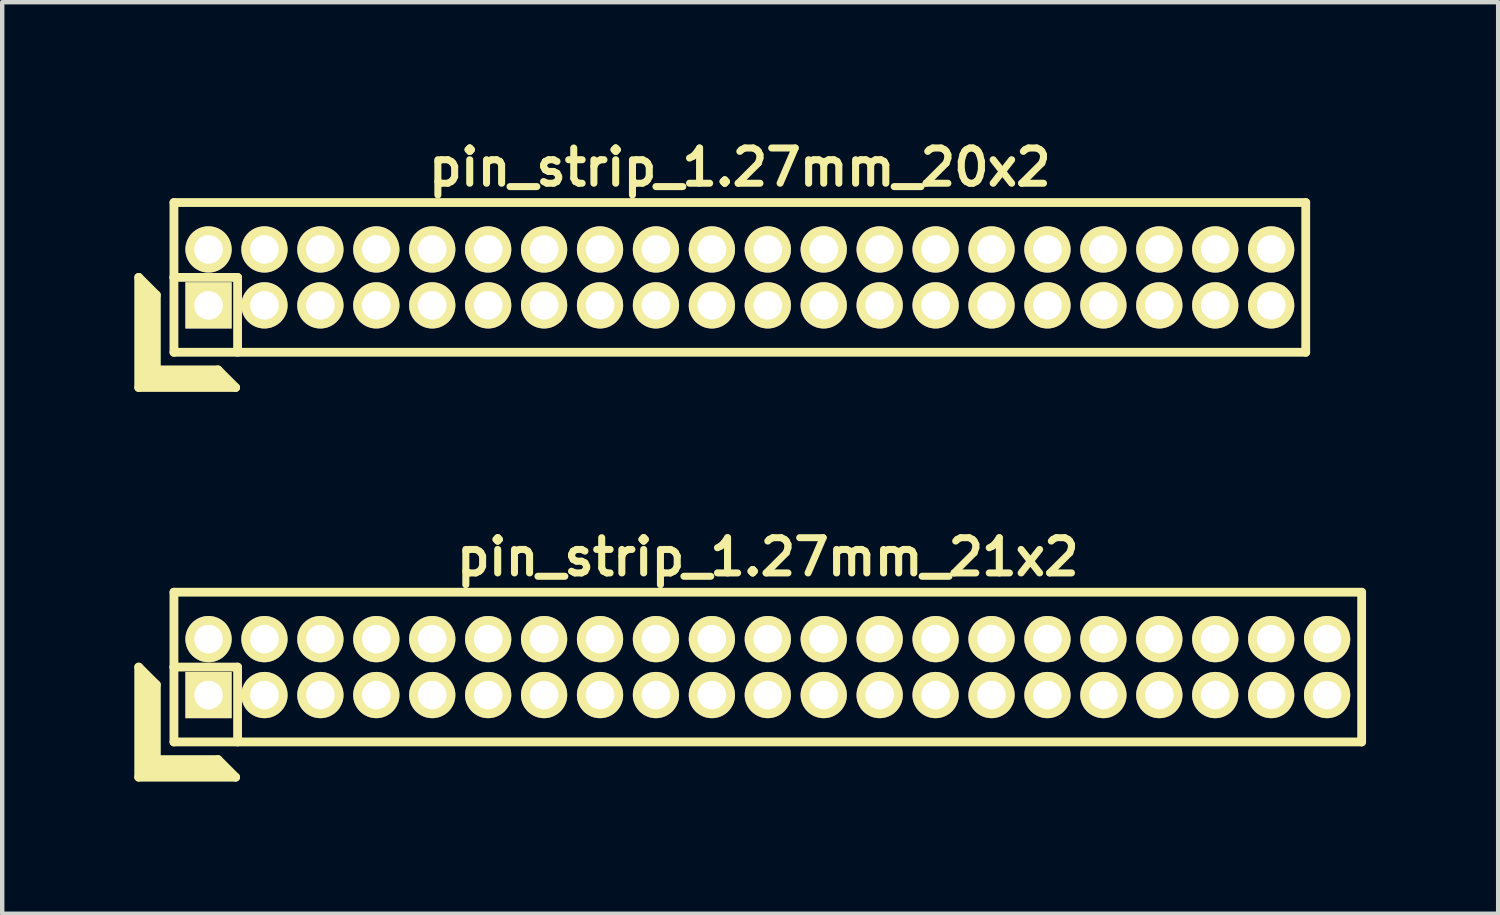
<source format=kicad_pcb>
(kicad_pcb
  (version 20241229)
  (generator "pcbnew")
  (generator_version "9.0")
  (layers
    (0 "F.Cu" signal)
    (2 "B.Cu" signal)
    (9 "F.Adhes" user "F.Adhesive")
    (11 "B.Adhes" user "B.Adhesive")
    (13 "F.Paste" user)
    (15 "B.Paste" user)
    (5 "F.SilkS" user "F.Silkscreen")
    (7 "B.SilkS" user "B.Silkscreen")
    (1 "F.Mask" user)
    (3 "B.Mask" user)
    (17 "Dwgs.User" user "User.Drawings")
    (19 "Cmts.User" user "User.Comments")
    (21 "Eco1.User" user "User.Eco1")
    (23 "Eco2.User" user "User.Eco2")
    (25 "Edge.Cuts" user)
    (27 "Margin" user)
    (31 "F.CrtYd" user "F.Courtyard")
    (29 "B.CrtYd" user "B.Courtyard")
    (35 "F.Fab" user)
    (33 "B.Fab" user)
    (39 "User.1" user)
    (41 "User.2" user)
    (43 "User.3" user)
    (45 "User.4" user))
  (footprint "pin_strip_1.27mm_21x2"
    (layer "F.Cu")
    (at 14.385 12.098)
    (property "Reference" "pin_strip_1.27mm_21x2" (at 0 -2.5 0) (layer "F.SilkS") (effects (font (size 0.8 0.8) (thickness 0.16))))
    (attr through_hole)
    (fp_line (start -14.285 0) (end -14.285 2.5) (stroke (width 0.2) (type solid)) (layer "F.SilkS"))
    (fp_line (start -14.285 0) (end -13.885 0.4) (stroke (width 0.2) (type solid)) (layer "F.SilkS"))
    (fp_line (start -14.285 2.5) (end -12.085 2.5) (stroke (width 0.2) (type solid)) (layer "F.SilkS"))
    (fp_line (start -14.185 2.4) (end -14.185 0.2) (stroke (width 0.2) (type solid)) (layer "F.SilkS"))
    (fp_line (start -14.185 2.4) (end -12.285 2.4) (stroke (width 0.2) (type solid)) (layer "F.SilkS"))
    (fp_line (start -14.085 2.3) (end -14.085 0.3) (stroke (width 0.2) (type solid)) (layer "F.SilkS"))
    (fp_line (start -14.085 2.3) (end -12.385 2.3) (stroke (width 0.2) (type solid)) (layer "F.SilkS"))
    (fp_line (start -13.985 2.2) (end -13.985 0.4) (stroke (width 0.2) (type solid)) (layer "F.SilkS"))
    (fp_line (start -13.985 2.2) (end -12.485 2.2) (stroke (width 0.2) (type solid)) (layer "F.SilkS"))
    (fp_line (start -13.885 2.1) (end -13.885 0.4) (stroke (width 0.2) (type solid)) (layer "F.SilkS"))
    (fp_line (start -13.885 2.1) (end -12.485 2.1) (stroke (width 0.2) (type solid)) (layer "F.SilkS"))
    (fp_line (start -13.49 0) (end -12.04 0) (stroke (width 0.2) (type solid)) (layer "F.SilkS"))
    (fp_line (start -13.485 -1.7) (end 13.485 -1.7) (stroke (width 0.2) (type solid)) (layer "F.SilkS"))
    (fp_line (start -13.485 1.7) (end -13.485 -1.7) (stroke (width 0.2) (type solid)) (layer "F.SilkS"))
    (fp_line (start -12.485 2.1) (end -12.085 2.5) (stroke (width 0.2) (type solid)) (layer "F.SilkS"))
    (fp_line (start -12.04 0) (end -12.04 1.7) (stroke (width 0.2) (type solid)) (layer "F.SilkS"))
    (fp_line (start 13.485 -1.7) (end 13.485 1.7) (stroke (width 0.2) (type solid)) (layer "F.SilkS"))
    (fp_line (start 13.485 1.7) (end -13.485 1.7) (stroke (width 0.2) (type solid)) (layer "F.SilkS"))
    (pad "1" thru_hole rect (at -12.7 0.635) (size 1.05 1.05) (drill 0.65) (layers "*.Cu" "*.Mask" "F.SilkS"))
    (pad "2" thru_hole oval (at -12.7 -0.635) (size 1.05 1.05) (drill 0.65) (layers "*.Cu" "*.Mask" "F.SilkS"))
    (pad "3" thru_hole oval (at -11.43 0.635) (size 1.05 1.05) (drill 0.65) (layers "*.Cu" "*.Mask" "F.SilkS"))
    (pad "4" thru_hole oval (at -11.43 -0.635) (size 1.05 1.05) (drill 0.65) (layers "*.Cu" "*.Mask" "F.SilkS"))
    (pad "5" thru_hole oval (at -10.16 0.635) (size 1.05 1.05) (drill 0.65) (layers "*.Cu" "*.Mask" "F.SilkS"))
    (pad "6" thru_hole oval (at -10.16 -0.635) (size 1.05 1.05) (drill 0.65) (layers "*.Cu" "*.Mask" "F.SilkS"))
    (pad "7" thru_hole oval (at -8.89 0.635) (size 1.05 1.05) (drill 0.65) (layers "*.Cu" "*.Mask" "F.SilkS"))
    (pad "8" thru_hole oval (at -8.89 -0.635) (size 1.05 1.05) (drill 0.65) (layers "*.Cu" "*.Mask" "F.SilkS"))
    (pad "9" thru_hole oval (at -7.62 0.635) (size 1.05 1.05) (drill 0.65) (layers "*.Cu" "*.Mask" "F.SilkS"))
    (pad "10" thru_hole oval (at -7.62 -0.635) (size 1.05 1.05) (drill 0.65) (layers "*.Cu" "*.Mask" "F.SilkS"))
    (pad "11" thru_hole oval (at -6.35 0.635) (size 1.05 1.05) (drill 0.65) (layers "*.Cu" "*.Mask" "F.SilkS"))
    (pad "12" thru_hole oval (at -6.35 -0.635) (size 1.05 1.05) (drill 0.65) (layers "*.Cu" "*.Mask" "F.SilkS"))
    (pad "13" thru_hole oval (at -5.08 0.635) (size 1.05 1.05) (drill 0.65) (layers "*.Cu" "*.Mask" "F.SilkS"))
    (pad "14" thru_hole oval (at -5.08 -0.635) (size 1.05 1.05) (drill 0.65) (layers "*.Cu" "*.Mask" "F.SilkS"))
    (pad "15" thru_hole oval (at -3.81 0.635) (size 1.05 1.05) (drill 0.65) (layers "*.Cu" "*.Mask" "F.SilkS"))
    (pad "16" thru_hole oval (at -3.81 -0.635) (size 1.05 1.05) (drill 0.65) (layers "*.Cu" "*.Mask" "F.SilkS"))
    (pad "17" thru_hole oval (at -2.54 0.635) (size 1.05 1.05) (drill 0.65) (layers "*.Cu" "*.Mask" "F.SilkS"))
    (pad "18" thru_hole oval (at -2.54 -0.635) (size 1.05 1.05) (drill 0.65) (layers "*.Cu" "*.Mask" "F.SilkS"))
    (pad "19" thru_hole oval (at -1.27 0.635) (size 1.05 1.05) (drill 0.65) (layers "*.Cu" "*.Mask" "F.SilkS"))
    (pad "20" thru_hole oval (at -1.27 -0.635) (size 1.05 1.05) (drill 0.65) (layers "*.Cu" "*.Mask" "F.SilkS"))
    (pad "21" thru_hole oval (at 0 0.635) (size 1.05 1.05) (drill 0.65) (layers "*.Cu" "*.Mask" "F.SilkS"))
    (pad "22" thru_hole oval (at 0 -0.635) (size 1.05 1.05) (drill 0.65) (layers "*.Cu" "*.Mask" "F.SilkS"))
    (pad "23" thru_hole oval (at 1.27 0.635) (size 1.05 1.05) (drill 0.65) (layers "*.Cu" "*.Mask" "F.SilkS"))
    (pad "24" thru_hole oval (at 1.27 -0.635) (size 1.05 1.05) (drill 0.65) (layers "*.Cu" "*.Mask" "F.SilkS"))
    (pad "25" thru_hole oval (at 2.54 0.635) (size 1.05 1.05) (drill 0.65) (layers "*.Cu" "*.Mask" "F.SilkS"))
    (pad "26" thru_hole oval (at 2.54 -0.635) (size 1.05 1.05) (drill 0.65) (layers "*.Cu" "*.Mask" "F.SilkS"))
    (pad "27" thru_hole oval (at 3.81 0.635) (size 1.05 1.05) (drill 0.65) (layers "*.Cu" "*.Mask" "F.SilkS"))
    (pad "28" thru_hole oval (at 3.81 -0.635) (size 1.05 1.05) (drill 0.65) (layers "*.Cu" "*.Mask" "F.SilkS"))
    (pad "29" thru_hole oval (at 5.08 0.635) (size 1.05 1.05) (drill 0.65) (layers "*.Cu" "*.Mask" "F.SilkS"))
    (pad "30" thru_hole oval (at 5.08 -0.635) (size 1.05 1.05) (drill 0.65) (layers "*.Cu" "*.Mask" "F.SilkS"))
    (pad "31" thru_hole oval (at 6.35 0.635) (size 1.05 1.05) (drill 0.65) (layers "*.Cu" "*.Mask" "F.SilkS"))
    (pad "32" thru_hole oval (at 6.35 -0.635) (size 1.05 1.05) (drill 0.65) (layers "*.Cu" "*.Mask" "F.SilkS"))
    (pad "33" thru_hole oval (at 7.62 0.635) (size 1.05 1.05) (drill 0.65) (layers "*.Cu" "*.Mask" "F.SilkS"))
    (pad "34" thru_hole oval (at 7.62 -0.635) (size 1.05 1.05) (drill 0.65) (layers "*.Cu" "*.Mask" "F.SilkS"))
    (pad "35" thru_hole oval (at 8.89 0.635) (size 1.05 1.05) (drill 0.65) (layers "*.Cu" "*.Mask" "F.SilkS"))
    (pad "36" thru_hole oval (at 8.89 -0.635) (size 1.05 1.05) (drill 0.65) (layers "*.Cu" "*.Mask" "F.SilkS"))
    (pad "37" thru_hole oval (at 10.16 0.635) (size 1.05 1.05) (drill 0.65) (layers "*.Cu" "*.Mask" "F.SilkS"))
    (pad "38" thru_hole oval (at 10.16 -0.635) (size 1.05 1.05) (drill 0.65) (layers "*.Cu" "*.Mask" "F.SilkS"))
    (pad "39" thru_hole oval (at 11.43 0.635) (size 1.05 1.05) (drill 0.65) (layers "*.Cu" "*.Mask" "F.SilkS"))
    (pad "40" thru_hole oval (at 11.43 -0.635) (size 1.05 1.05) (drill 0.65) (layers "*.Cu" "*.Mask" "F.SilkS"))
    (pad "41" thru_hole oval (at 12.7 0.635) (size 1.05 1.05) (drill 0.65) (layers "*.Cu" "*.Mask" "F.SilkS"))
    (pad "42" thru_hole oval (at 12.7 -0.635) (size 1.05 1.05) (drill 0.65) (layers "*.Cu" "*.Mask" "F.SilkS")))
  (footprint "pin_strip_1.27mm_20x2"
    (layer "F.Cu")
    (at 13.75 3.249)
    (property "Reference" "pin_strip_1.27mm_20x2" (at 0 -2.5 0) (layer "F.SilkS") (effects (font (size 0.8 0.8) (thickness 0.16))))
    (attr through_hole)
    (fp_line (start -13.65 0) (end -13.65 2.5) (stroke (width 0.2) (type solid)) (layer "F.SilkS"))
    (fp_line (start -13.65 0) (end -13.25 0.4) (stroke (width 0.2) (type solid)) (layer "F.SilkS"))
    (fp_line (start -13.65 2.5) (end -11.45 2.5) (stroke (width 0.2) (type solid)) (layer "F.SilkS"))
    (fp_line (start -13.55 2.4) (end -13.55 0.2) (stroke (width 0.2) (type solid)) (layer "F.SilkS"))
    (fp_line (start -13.55 2.4) (end -11.65 2.4) (stroke (width 0.2) (type solid)) (layer "F.SilkS"))
    (fp_line (start -13.45 2.3) (end -13.45 0.3) (stroke (width 0.2) (type solid)) (layer "F.SilkS"))
    (fp_line (start -13.45 2.3) (end -11.75 2.3) (stroke (width 0.2) (type solid)) (layer "F.SilkS"))
    (fp_line (start -13.35 2.2) (end -13.35 0.4) (stroke (width 0.2) (type solid)) (layer "F.SilkS"))
    (fp_line (start -13.35 2.2) (end -11.85 2.2) (stroke (width 0.2) (type solid)) (layer "F.SilkS"))
    (fp_line (start -13.25 2.1) (end -13.25 0.4) (stroke (width 0.2) (type solid)) (layer "F.SilkS"))
    (fp_line (start -13.25 2.1) (end -11.85 2.1) (stroke (width 0.2) (type solid)) (layer "F.SilkS"))
    (fp_line (start -12.855 0) (end -11.405 0) (stroke (width 0.2) (type solid)) (layer "F.SilkS"))
    (fp_line (start -12.85 -1.7) (end 12.85 -1.7) (stroke (width 0.2) (type solid)) (layer "F.SilkS"))
    (fp_line (start -12.85 1.7) (end -12.85 -1.7) (stroke (width 0.2) (type solid)) (layer "F.SilkS"))
    (fp_line (start -11.85 2.1) (end -11.45 2.5) (stroke (width 0.2) (type solid)) (layer "F.SilkS"))
    (fp_line (start -11.405 0) (end -11.405 1.7) (stroke (width 0.2) (type solid)) (layer "F.SilkS"))
    (fp_line (start 12.85 -1.7) (end 12.85 1.7) (stroke (width 0.2) (type solid)) (layer "F.SilkS"))
    (fp_line (start 12.85 1.7) (end -12.85 1.7) (stroke (width 0.2) (type solid)) (layer "F.SilkS"))
    (pad "1" thru_hole rect (at -12.065 0.635) (size 1.05 1.05) (drill 0.65) (layers "*.Cu" "*.Mask" "F.SilkS"))
    (pad "2" thru_hole oval (at -12.065 -0.635) (size 1.05 1.05) (drill 0.65) (layers "*.Cu" "*.Mask" "F.SilkS"))
    (pad "3" thru_hole oval (at -10.795 0.635) (size 1.05 1.05) (drill 0.65) (layers "*.Cu" "*.Mask" "F.SilkS"))
    (pad "4" thru_hole oval (at -10.795 -0.635) (size 1.05 1.05) (drill 0.65) (layers "*.Cu" "*.Mask" "F.SilkS"))
    (pad "5" thru_hole oval (at -9.525 0.635) (size 1.05 1.05) (drill 0.65) (layers "*.Cu" "*.Mask" "F.SilkS"))
    (pad "6" thru_hole oval (at -9.525 -0.635) (size 1.05 1.05) (drill 0.65) (layers "*.Cu" "*.Mask" "F.SilkS"))
    (pad "7" thru_hole oval (at -8.255 0.635) (size 1.05 1.05) (drill 0.65) (layers "*.Cu" "*.Mask" "F.SilkS"))
    (pad "8" thru_hole oval (at -8.255 -0.635) (size 1.05 1.05) (drill 0.65) (layers "*.Cu" "*.Mask" "F.SilkS"))
    (pad "9" thru_hole oval (at -6.985 0.635) (size 1.05 1.05) (drill 0.65) (layers "*.Cu" "*.Mask" "F.SilkS"))
    (pad "10" thru_hole oval (at -6.985 -0.635) (size 1.05 1.05) (drill 0.65) (layers "*.Cu" "*.Mask" "F.SilkS"))
    (pad "11" thru_hole oval (at -5.715 0.635) (size 1.05 1.05) (drill 0.65) (layers "*.Cu" "*.Mask" "F.SilkS"))
    (pad "12" thru_hole oval (at -5.715 -0.635) (size 1.05 1.05) (drill 0.65) (layers "*.Cu" "*.Mask" "F.SilkS"))
    (pad "13" thru_hole oval (at -4.445 0.635) (size 1.05 1.05) (drill 0.65) (layers "*.Cu" "*.Mask" "F.SilkS"))
    (pad "14" thru_hole oval (at -4.445 -0.635) (size 1.05 1.05) (drill 0.65) (layers "*.Cu" "*.Mask" "F.SilkS"))
    (pad "15" thru_hole oval (at -3.175 0.635) (size 1.05 1.05) (drill 0.65) (layers "*.Cu" "*.Mask" "F.SilkS"))
    (pad "16" thru_hole oval (at -3.175 -0.635) (size 1.05 1.05) (drill 0.65) (layers "*.Cu" "*.Mask" "F.SilkS"))
    (pad "17" thru_hole oval (at -1.905 0.635) (size 1.05 1.05) (drill 0.65) (layers "*.Cu" "*.Mask" "F.SilkS"))
    (pad "18" thru_hole oval (at -1.905 -0.635) (size 1.05 1.05) (drill 0.65) (layers "*.Cu" "*.Mask" "F.SilkS"))
    (pad "19" thru_hole oval (at -0.635 0.635) (size 1.05 1.05) (drill 0.65) (layers "*.Cu" "*.Mask" "F.SilkS"))
    (pad "20" thru_hole oval (at -0.635 -0.635) (size 1.05 1.05) (drill 0.65) (layers "*.Cu" "*.Mask" "F.SilkS"))
    (pad "21" thru_hole oval (at 0.635 0.635) (size 1.05 1.05) (drill 0.65) (layers "*.Cu" "*.Mask" "F.SilkS"))
    (pad "22" thru_hole oval (at 0.635 -0.635) (size 1.05 1.05) (drill 0.65) (layers "*.Cu" "*.Mask" "F.SilkS"))
    (pad "23" thru_hole oval (at 1.905 0.635) (size 1.05 1.05) (drill 0.65) (layers "*.Cu" "*.Mask" "F.SilkS"))
    (pad "24" thru_hole oval (at 1.905 -0.635) (size 1.05 1.05) (drill 0.65) (layers "*.Cu" "*.Mask" "F.SilkS"))
    (pad "25" thru_hole oval (at 3.175 0.635) (size 1.05 1.05) (drill 0.65) (layers "*.Cu" "*.Mask" "F.SilkS"))
    (pad "26" thru_hole oval (at 3.175 -0.635) (size 1.05 1.05) (drill 0.65) (layers "*.Cu" "*.Mask" "F.SilkS"))
    (pad "27" thru_hole oval (at 4.445 0.635) (size 1.05 1.05) (drill 0.65) (layers "*.Cu" "*.Mask" "F.SilkS"))
    (pad "28" thru_hole oval (at 4.445 -0.635) (size 1.05 1.05) (drill 0.65) (layers "*.Cu" "*.Mask" "F.SilkS"))
    (pad "29" thru_hole oval (at 5.715 0.635) (size 1.05 1.05) (drill 0.65) (layers "*.Cu" "*.Mask" "F.SilkS"))
    (pad "30" thru_hole oval (at 5.715 -0.635) (size 1.05 1.05) (drill 0.65) (layers "*.Cu" "*.Mask" "F.SilkS"))
    (pad "31" thru_hole oval (at 6.985 0.635) (size 1.05 1.05) (drill 0.65) (layers "*.Cu" "*.Mask" "F.SilkS"))
    (pad "32" thru_hole oval (at 6.985 -0.635) (size 1.05 1.05) (drill 0.65) (layers "*.Cu" "*.Mask" "F.SilkS"))
    (pad "33" thru_hole oval (at 8.255 0.635) (size 1.05 1.05) (drill 0.65) (layers "*.Cu" "*.Mask" "F.SilkS"))
    (pad "34" thru_hole oval (at 8.255 -0.635) (size 1.05 1.05) (drill 0.65) (layers "*.Cu" "*.Mask" "F.SilkS"))
    (pad "35" thru_hole oval (at 9.525 0.635) (size 1.05 1.05) (drill 0.65) (layers "*.Cu" "*.Mask" "F.SilkS"))
    (pad "36" thru_hole oval (at 9.525 -0.635) (size 1.05 1.05) (drill 0.65) (layers "*.Cu" "*.Mask" "F.SilkS"))
    (pad "37" thru_hole oval (at 10.795 0.635) (size 1.05 1.05) (drill 0.65) (layers "*.Cu" "*.Mask" "F.SilkS"))
    (pad "38" thru_hole oval (at 10.795 -0.635) (size 1.05 1.05) (drill 0.65) (layers "*.Cu" "*.Mask" "F.SilkS"))
    (pad "39" thru_hole oval (at 12.065 0.635) (size 1.05 1.05) (drill 0.65) (layers "*.Cu" "*.Mask" "F.SilkS"))
    (pad "40" thru_hole oval (at 12.065 -0.635) (size 1.05 1.05) (drill 0.65) (layers "*.Cu" "*.Mask" "F.SilkS")))
  (gr_rect
    (start -3 -3)
    (end 30.97 17.698)
    (stroke (width 0.1) (type default))
    (fill no)
    (layer "Edge.Cuts")))
</source>
